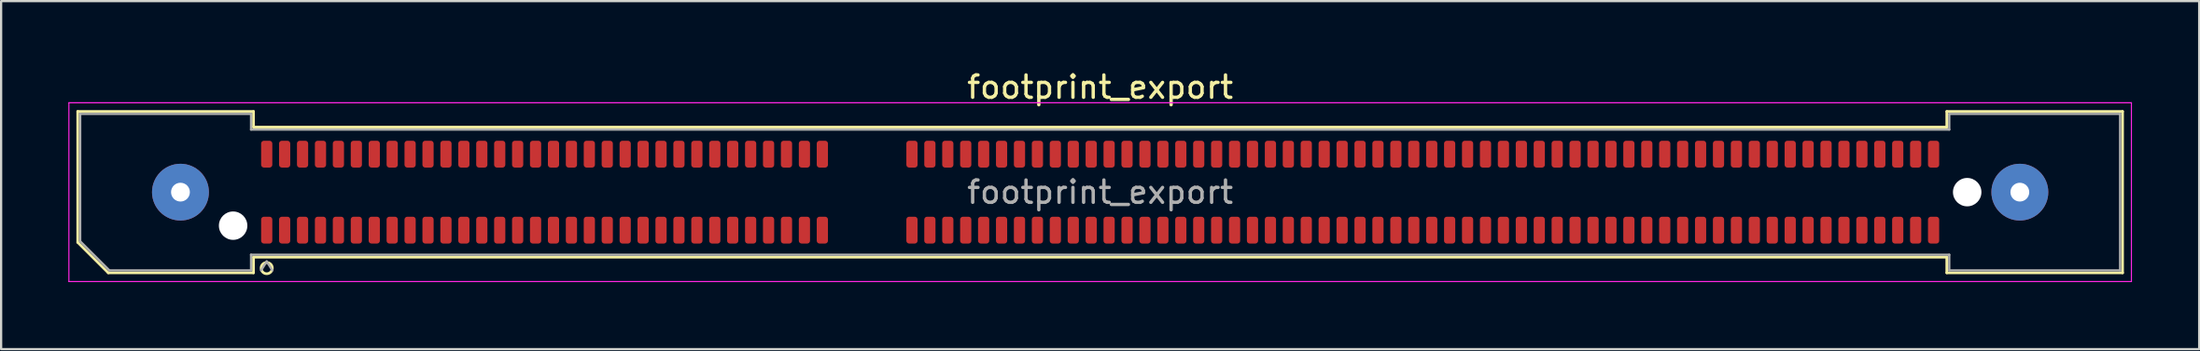
<source format=kicad_pcb>
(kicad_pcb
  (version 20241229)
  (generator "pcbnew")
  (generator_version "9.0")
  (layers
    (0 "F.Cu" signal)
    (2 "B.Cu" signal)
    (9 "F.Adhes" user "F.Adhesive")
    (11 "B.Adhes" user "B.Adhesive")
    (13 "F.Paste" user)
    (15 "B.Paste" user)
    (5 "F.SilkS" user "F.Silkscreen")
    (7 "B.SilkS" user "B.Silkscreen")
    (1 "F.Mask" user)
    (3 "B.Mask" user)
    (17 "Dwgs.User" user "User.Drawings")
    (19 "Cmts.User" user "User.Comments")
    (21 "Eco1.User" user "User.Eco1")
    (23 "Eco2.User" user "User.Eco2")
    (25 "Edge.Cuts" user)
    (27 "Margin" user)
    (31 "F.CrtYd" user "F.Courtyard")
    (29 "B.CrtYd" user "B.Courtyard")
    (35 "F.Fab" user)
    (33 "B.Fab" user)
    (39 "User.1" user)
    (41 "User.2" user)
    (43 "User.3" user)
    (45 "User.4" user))
  (footprint "footprint_export"
    (layer "F.Cu")
    (at 46.055 5.548)
    (property "Reference" "footprint_export" (at 0 -4.7 0) (layer "F.SilkS") (effects (font (size 1 1) (thickness 0.15))))
    (attr smd)
    (fp_line (start -45.635 -3.61) (end -37.79 -3.61) (stroke (width 0.12) (type solid)) (layer "F.SilkS"))
    (fp_line (start -45.635 2.246) (end -45.635 -3.61) (stroke (width 0.12) (type solid)) (layer "F.SilkS"))
    (fp_line (start -44.271 3.61) (end -45.635 2.246) (stroke (width 0.12) (type solid)) (layer "F.SilkS"))
    (fp_line (start -37.79 -3.61) (end -37.79 -2.91) (stroke (width 0.12) (type solid)) (layer "F.SilkS"))
    (fp_line (start -37.79 -2.91) (end 37.79 -2.91) (stroke (width 0.12) (type solid)) (layer "F.SilkS"))
    (fp_line (start -37.79 2.91) (end -37.79 3.61) (stroke (width 0.12) (type solid)) (layer "F.SilkS"))
    (fp_line (start -37.79 3.61) (end -44.271 3.61) (stroke (width 0.12) (type solid)) (layer "F.SilkS"))
    (fp_line (start 37.79 -3.61) (end 45.635 -3.61) (stroke (width 0.12) (type solid)) (layer "F.SilkS"))
    (fp_line (start 37.79 -2.91) (end 37.79 -3.61) (stroke (width 0.12) (type solid)) (layer "F.SilkS"))
    (fp_line (start 37.79 2.91) (end -37.79 2.91) (stroke (width 0.12) (type solid)) (layer "F.SilkS"))
    (fp_line (start 37.79 3.61) (end 37.79 2.91) (stroke (width 0.12) (type solid)) (layer "F.SilkS"))
    (fp_line (start 45.635 -3.61) (end 45.635 3.61) (stroke (width 0.12) (type solid)) (layer "F.SilkS"))
    (fp_line (start 45.635 3.61) (end 37.79 3.61) (stroke (width 0.12) (type solid)) (layer "F.SilkS"))
    (fp_circle (center -37.2 3.4) (end -36.95 3.4) (stroke (width 0.12) (type solid)) (fill no) (layer "F.SilkS"))
    (fp_line (start -46.03 -4) (end -46.03 4) (stroke (width 0.05) (type solid)) (layer "F.CrtYd"))
    (fp_line (start -46.03 4) (end 46.03 4) (stroke (width 0.05) (type solid)) (layer "F.CrtYd"))
    (fp_line (start 46.03 -4) (end -46.03 -4) (stroke (width 0.05) (type solid)) (layer "F.CrtYd"))
    (fp_line (start 46.03 4) (end 46.03 -4) (stroke (width 0.05) (type solid)) (layer "F.CrtYd"))
    (fp_line (start -45.525 -3.5) (end -37.9 -3.5) (stroke (width 0.1) (type solid)) (layer "F.Fab"))
    (fp_line (start -45.525 2.2) (end -45.525 -3.5) (stroke (width 0.1) (type solid)) (layer "F.Fab"))
    (fp_line (start -44.225 3.5) (end -45.525 2.2) (stroke (width 0.1) (type solid)) (layer "F.Fab"))
    (fp_line (start -37.9 -3.5) (end -37.9 -2.8) (stroke (width 0.1) (type solid)) (layer "F.Fab"))
    (fp_line (start -37.9 -2.8) (end 37.9 -2.8) (stroke (width 0.1) (type solid)) (layer "F.Fab"))
    (fp_line (start -37.9 2.8) (end -37.9 3.5) (stroke (width 0.1) (type solid)) (layer "F.Fab"))
    (fp_line (start -37.9 3.5) (end -44.225 3.5) (stroke (width 0.1) (type solid)) (layer "F.Fab"))
    (fp_line (start -37.2 3.1) (end -37.45 3.5) (stroke (width 0.1) (type solid)) (layer "F.Fab"))
    (fp_line (start -37.2 3.1) (end -36.95 3.5) (stroke (width 0.1) (type solid)) (layer "F.Fab"))
    (fp_line (start 37.9 -3.5) (end 45.525 -3.5) (stroke (width 0.1) (type solid)) (layer "F.Fab"))
    (fp_line (start 37.9 -2.8) (end 37.9 -3.5) (stroke (width 0.1) (type solid)) (layer "F.Fab"))
    (fp_line (start 37.9 2.8) (end -37.9 2.8) (stroke (width 0.1) (type solid)) (layer "F.Fab"))
    (fp_line (start 37.9 3.5) (end 37.9 2.8) (stroke (width 0.1) (type solid)) (layer "F.Fab"))
    (fp_line (start 45.525 -3.5) (end 45.525 3.5) (stroke (width 0.1) (type solid)) (layer "F.Fab"))
    (fp_line (start 45.525 3.5) (end 37.9 3.5) (stroke (width 0.1) (type solid)) (layer "F.Fab"))
    (fp_text user "${REFERENCE}" (at 0 0 0) (layer "F.Fab") (effects (font (size 1 1) (thickness 0.15))))
    (pad "" thru_hole circle (at -41.05 0) (size 2.54 2.54) (drill 0.84) (layers "*.Cu" "*.Mask" "F.Paste"))
    (pad "" np_thru_hole circle (at -38.7 1.5) (size 1.27 1.27) (drill 1.27) (layers "*.Cu" "*.Mask"))
    (pad "" np_thru_hole circle (at 38.7 0) (size 1.27 1.27) (drill 1.27) (layers "*.Cu" "*.Mask"))
    (pad "" thru_hole circle (at 41.05 0) (size 2.54 2.54) (drill 0.84) (layers "*.Cu" "*.Mask" "F.Paste"))
    (pad "1" smd roundrect (at -37.2 1.7) (size 0.5 1.2) (layers "F.Cu" "F.Mask" "F.Paste") (roundrect_rratio 0.25))
    (pad "2" smd roundrect (at -37.2 -1.7) (size 0.5 1.2) (layers "F.Cu" "F.Mask" "F.Paste") (roundrect_rratio 0.25))
    (pad "3" smd roundrect (at -36.4 1.7) (size 0.5 1.2) (layers "F.Cu" "F.Mask" "F.Paste") (roundrect_rratio 0.25))
    (pad "4" smd roundrect (at -36.4 -1.7) (size 0.5 1.2) (layers "F.Cu" "F.Mask" "F.Paste") (roundrect_rratio 0.25))
    (pad "5" smd roundrect (at -35.6 1.7) (size 0.5 1.2) (layers "F.Cu" "F.Mask" "F.Paste") (roundrect_rratio 0.25))
    (pad "6" smd roundrect (at -35.6 -1.7) (size 0.5 1.2) (layers "F.Cu" "F.Mask" "F.Paste") (roundrect_rratio 0.25))
    (pad "7" smd roundrect (at -34.8 1.7) (size 0.5 1.2) (layers "F.Cu" "F.Mask" "F.Paste") (roundrect_rratio 0.25))
    (pad "8" smd roundrect (at -34.8 -1.7) (size 0.5 1.2) (layers "F.Cu" "F.Mask" "F.Paste") (roundrect_rratio 0.25))
    (pad "9" smd roundrect (at -34 1.7) (size 0.5 1.2) (layers "F.Cu" "F.Mask" "F.Paste") (roundrect_rratio 0.25))
    (pad "10" smd roundrect (at -34 -1.7) (size 0.5 1.2) (layers "F.Cu" "F.Mask" "F.Paste") (roundrect_rratio 0.25))
    (pad "11" smd roundrect (at -33.2 1.7) (size 0.5 1.2) (layers "F.Cu" "F.Mask" "F.Paste") (roundrect_rratio 0.25))
    (pad "12" smd roundrect (at -33.2 -1.7) (size 0.5 1.2) (layers "F.Cu" "F.Mask" "F.Paste") (roundrect_rratio 0.25))
    (pad "13" smd roundrect (at -32.4 1.7) (size 0.5 1.2) (layers "F.Cu" "F.Mask" "F.Paste") (roundrect_rratio 0.25))
    (pad "14" smd roundrect (at -32.4 -1.7) (size 0.5 1.2) (layers "F.Cu" "F.Mask" "F.Paste") (roundrect_rratio 0.25))
    (pad "15" smd roundrect (at -31.6 1.7) (size 0.5 1.2) (layers "F.Cu" "F.Mask" "F.Paste") (roundrect_rratio 0.25))
    (pad "16" smd roundrect (at -31.6 -1.7) (size 0.5 1.2) (layers "F.Cu" "F.Mask" "F.Paste") (roundrect_rratio 0.25))
    (pad "17" smd roundrect (at -30.8 1.7) (size 0.5 1.2) (layers "F.Cu" "F.Mask" "F.Paste") (roundrect_rratio 0.25))
    (pad "18" smd roundrect (at -30.8 -1.7) (size 0.5 1.2) (layers "F.Cu" "F.Mask" "F.Paste") (roundrect_rratio 0.25))
    (pad "19" smd roundrect (at -30 1.7) (size 0.5 1.2) (layers "F.Cu" "F.Mask" "F.Paste") (roundrect_rratio 0.25))
    (pad "20" smd roundrect (at -30 -1.7) (size 0.5 1.2) (layers "F.Cu" "F.Mask" "F.Paste") (roundrect_rratio 0.25))
    (pad "21" smd roundrect (at -29.2 1.7) (size 0.5 1.2) (layers "F.Cu" "F.Mask" "F.Paste") (roundrect_rratio 0.25))
    (pad "22" smd roundrect (at -29.2 -1.7) (size 0.5 1.2) (layers "F.Cu" "F.Mask" "F.Paste") (roundrect_rratio 0.25))
    (pad "23" smd roundrect (at -28.4 1.7) (size 0.5 1.2) (layers "F.Cu" "F.Mask" "F.Paste") (roundrect_rratio 0.25))
    (pad "24" smd roundrect (at -28.4 -1.7) (size 0.5 1.2) (layers "F.Cu" "F.Mask" "F.Paste") (roundrect_rratio 0.25))
    (pad "25" smd roundrect (at -27.6 1.7) (size 0.5 1.2) (layers "F.Cu" "F.Mask" "F.Paste") (roundrect_rratio 0.25))
    (pad "26" smd roundrect (at -27.6 -1.7) (size 0.5 1.2) (layers "F.Cu" "F.Mask" "F.Paste") (roundrect_rratio 0.25))
    (pad "27" smd roundrect (at -26.8 1.7) (size 0.5 1.2) (layers "F.Cu" "F.Mask" "F.Paste") (roundrect_rratio 0.25))
    (pad "28" smd roundrect (at -26.8 -1.7) (size 0.5 1.2) (layers "F.Cu" "F.Mask" "F.Paste") (roundrect_rratio 0.25))
    (pad "29" smd roundrect (at -26 1.7) (size 0.5 1.2) (layers "F.Cu" "F.Mask" "F.Paste") (roundrect_rratio 0.25))
    (pad "30" smd roundrect (at -26 -1.7) (size 0.5 1.2) (layers "F.Cu" "F.Mask" "F.Paste") (roundrect_rratio 0.25))
    (pad "31" smd roundrect (at -25.2 1.7) (size 0.5 1.2) (layers "F.Cu" "F.Mask" "F.Paste") (roundrect_rratio 0.25))
    (pad "32" smd roundrect (at -25.2 -1.7) (size 0.5 1.2) (layers "F.Cu" "F.Mask" "F.Paste") (roundrect_rratio 0.25))
    (pad "33" smd roundrect (at -24.4 1.7) (size 0.5 1.2) (layers "F.Cu" "F.Mask" "F.Paste") (roundrect_rratio 0.25))
    (pad "34" smd roundrect (at -24.4 -1.7) (size 0.5 1.2) (layers "F.Cu" "F.Mask" "F.Paste") (roundrect_rratio 0.25))
    (pad "35" smd roundrect (at -23.6 1.7) (size 0.5 1.2) (layers "F.Cu" "F.Mask" "F.Paste") (roundrect_rratio 0.25))
    (pad "36" smd roundrect (at -23.6 -1.7) (size 0.5 1.2) (layers "F.Cu" "F.Mask" "F.Paste") (roundrect_rratio 0.25))
    (pad "37" smd roundrect (at -22.8 1.7) (size 0.5 1.2) (layers "F.Cu" "F.Mask" "F.Paste") (roundrect_rratio 0.25))
    (pad "38" smd roundrect (at -22.8 -1.7) (size 0.5 1.2) (layers "F.Cu" "F.Mask" "F.Paste") (roundrect_rratio 0.25))
    (pad "39" smd roundrect (at -22 1.7) (size 0.5 1.2) (layers "F.Cu" "F.Mask" "F.Paste") (roundrect_rratio 0.25))
    (pad "40" smd roundrect (at -22 -1.7) (size 0.5 1.2) (layers "F.Cu" "F.Mask" "F.Paste") (roundrect_rratio 0.25))
    (pad "41" smd roundrect (at -21.2 1.7) (size 0.5 1.2) (layers "F.Cu" "F.Mask" "F.Paste") (roundrect_rratio 0.25))
    (pad "42" smd roundrect (at -21.2 -1.7) (size 0.5 1.2) (layers "F.Cu" "F.Mask" "F.Paste") (roundrect_rratio 0.25))
    (pad "43" smd roundrect (at -20.4 1.7) (size 0.5 1.2) (layers "F.Cu" "F.Mask" "F.Paste") (roundrect_rratio 0.25))
    (pad "44" smd roundrect (at -20.4 -1.7) (size 0.5 1.2) (layers "F.Cu" "F.Mask" "F.Paste") (roundrect_rratio 0.25))
    (pad "45" smd roundrect (at -19.6 1.7) (size 0.5 1.2) (layers "F.Cu" "F.Mask" "F.Paste") (roundrect_rratio 0.25))
    (pad "46" smd roundrect (at -19.6 -1.7) (size 0.5 1.2) (layers "F.Cu" "F.Mask" "F.Paste") (roundrect_rratio 0.25))
    (pad "47" smd roundrect (at -18.8 1.7) (size 0.5 1.2) (layers "F.Cu" "F.Mask" "F.Paste") (roundrect_rratio 0.25))
    (pad "48" smd roundrect (at -18.8 -1.7) (size 0.5 1.2) (layers "F.Cu" "F.Mask" "F.Paste") (roundrect_rratio 0.25))
    (pad "49" smd roundrect (at -18 1.7) (size 0.5 1.2) (layers "F.Cu" "F.Mask" "F.Paste") (roundrect_rratio 0.25))
    (pad "50" smd roundrect (at -18 -1.7) (size 0.5 1.2) (layers "F.Cu" "F.Mask" "F.Paste") (roundrect_rratio 0.25))
    (pad "51" smd roundrect (at -17.2 1.7) (size 0.5 1.2) (layers "F.Cu" "F.Mask" "F.Paste") (roundrect_rratio 0.25))
    (pad "52" smd roundrect (at -17.2 -1.7) (size 0.5 1.2) (layers "F.Cu" "F.Mask" "F.Paste") (roundrect_rratio 0.25))
    (pad "53" smd roundrect (at -16.4 1.7) (size 0.5 1.2) (layers "F.Cu" "F.Mask" "F.Paste") (roundrect_rratio 0.25))
    (pad "54" smd roundrect (at -16.4 -1.7) (size 0.5 1.2) (layers "F.Cu" "F.Mask" "F.Paste") (roundrect_rratio 0.25))
    (pad "55" smd roundrect (at -15.6 1.7) (size 0.5 1.2) (layers "F.Cu" "F.Mask" "F.Paste") (roundrect_rratio 0.25))
    (pad "56" smd roundrect (at -15.6 -1.7) (size 0.5 1.2) (layers "F.Cu" "F.Mask" "F.Paste") (roundrect_rratio 0.25))
    (pad "57" smd roundrect (at -14.8 1.7) (size 0.5 1.2) (layers "F.Cu" "F.Mask" "F.Paste") (roundrect_rratio 0.25))
    (pad "58" smd roundrect (at -14.8 -1.7) (size 0.5 1.2) (layers "F.Cu" "F.Mask" "F.Paste") (roundrect_rratio 0.25))
    (pad "59" smd roundrect (at -14 1.7) (size 0.5 1.2) (layers "F.Cu" "F.Mask" "F.Paste") (roundrect_rratio 0.25))
    (pad "60" smd roundrect (at -14 -1.7) (size 0.5 1.2) (layers "F.Cu" "F.Mask" "F.Paste") (roundrect_rratio 0.25))
    (pad "61" smd roundrect (at -13.2 1.7) (size 0.5 1.2) (layers "F.Cu" "F.Mask" "F.Paste") (roundrect_rratio 0.25))
    (pad "62" smd roundrect (at -13.2 -1.7) (size 0.5 1.2) (layers "F.Cu" "F.Mask" "F.Paste") (roundrect_rratio 0.25))
    (pad "63" smd roundrect (at -12.4 1.7) (size 0.5 1.2) (layers "F.Cu" "F.Mask" "F.Paste") (roundrect_rratio 0.25))
    (pad "64" smd roundrect (at -12.4 -1.7) (size 0.5 1.2) (layers "F.Cu" "F.Mask" "F.Paste") (roundrect_rratio 0.25))
    (pad "65" smd roundrect (at -8.4 1.7) (size 0.5 1.2) (layers "F.Cu" "F.Mask" "F.Paste") (roundrect_rratio 0.25))
    (pad "66" smd roundrect (at -8.4 -1.7) (size 0.5 1.2) (layers "F.Cu" "F.Mask" "F.Paste") (roundrect_rratio 0.25))
    (pad "67" smd roundrect (at -7.6 1.7) (size 0.5 1.2) (layers "F.Cu" "F.Mask" "F.Paste") (roundrect_rratio 0.25))
    (pad "68" smd roundrect (at -7.6 -1.7) (size 0.5 1.2) (layers "F.Cu" "F.Mask" "F.Paste") (roundrect_rratio 0.25))
    (pad "69" smd roundrect (at -6.8 1.7) (size 0.5 1.2) (layers "F.Cu" "F.Mask" "F.Paste") (roundrect_rratio 0.25))
    (pad "70" smd roundrect (at -6.8 -1.7) (size 0.5 1.2) (layers "F.Cu" "F.Mask" "F.Paste") (roundrect_rratio 0.25))
    (pad "71" smd roundrect (at -6 1.7) (size 0.5 1.2) (layers "F.Cu" "F.Mask" "F.Paste") (roundrect_rratio 0.25))
    (pad "72" smd roundrect (at -6 -1.7) (size 0.5 1.2) (layers "F.Cu" "F.Mask" "F.Paste") (roundrect_rratio 0.25))
    (pad "73" smd roundrect (at -5.2 1.7) (size 0.5 1.2) (layers "F.Cu" "F.Mask" "F.Paste") (roundrect_rratio 0.25))
    (pad "74" smd roundrect (at -5.2 -1.7) (size 0.5 1.2) (layers "F.Cu" "F.Mask" "F.Paste") (roundrect_rratio 0.25))
    (pad "75" smd roundrect (at -4.4 1.7) (size 0.5 1.2) (layers "F.Cu" "F.Mask" "F.Paste") (roundrect_rratio 0.25))
    (pad "76" smd roundrect (at -4.4 -1.7) (size 0.5 1.2) (layers "F.Cu" "F.Mask" "F.Paste") (roundrect_rratio 0.25))
    (pad "77" smd roundrect (at -3.6 1.7) (size 0.5 1.2) (layers "F.Cu" "F.Mask" "F.Paste") (roundrect_rratio 0.25))
    (pad "78" smd roundrect (at -3.6 -1.7) (size 0.5 1.2) (layers "F.Cu" "F.Mask" "F.Paste") (roundrect_rratio 0.25))
    (pad "79" smd roundrect (at -2.8 1.7) (size 0.5 1.2) (layers "F.Cu" "F.Mask" "F.Paste") (roundrect_rratio 0.25))
    (pad "80" smd roundrect (at -2.8 -1.7) (size 0.5 1.2) (layers "F.Cu" "F.Mask" "F.Paste") (roundrect_rratio 0.25))
    (pad "81" smd roundrect (at -2 1.7) (size 0.5 1.2) (layers "F.Cu" "F.Mask" "F.Paste") (roundrect_rratio 0.25))
    (pad "82" smd roundrect (at -2 -1.7) (size 0.5 1.2) (layers "F.Cu" "F.Mask" "F.Paste") (roundrect_rratio 0.25))
    (pad "83" smd roundrect (at -1.2 1.7) (size 0.5 1.2) (layers "F.Cu" "F.Mask" "F.Paste") (roundrect_rratio 0.25))
    (pad "84" smd roundrect (at -1.2 -1.7) (size 0.5 1.2) (layers "F.Cu" "F.Mask" "F.Paste") (roundrect_rratio 0.25))
    (pad "85" smd roundrect (at -0.4 1.7) (size 0.5 1.2) (layers "F.Cu" "F.Mask" "F.Paste") (roundrect_rratio 0.25))
    (pad "86" smd roundrect (at -0.4 -1.7) (size 0.5 1.2) (layers "F.Cu" "F.Mask" "F.Paste") (roundrect_rratio 0.25))
    (pad "87" smd roundrect (at 0.4 1.7) (size 0.5 1.2) (layers "F.Cu" "F.Mask" "F.Paste") (roundrect_rratio 0.25))
    (pad "88" smd roundrect (at 0.4 -1.7) (size 0.5 1.2) (layers "F.Cu" "F.Mask" "F.Paste") (roundrect_rratio 0.25))
    (pad "89" smd roundrect (at 1.2 1.7) (size 0.5 1.2) (layers "F.Cu" "F.Mask" "F.Paste") (roundrect_rratio 0.25))
    (pad "90" smd roundrect (at 1.2 -1.7) (size 0.5 1.2) (layers "F.Cu" "F.Mask" "F.Paste") (roundrect_rratio 0.25))
    (pad "91" smd roundrect (at 2 1.7) (size 0.5 1.2) (layers "F.Cu" "F.Mask" "F.Paste") (roundrect_rratio 0.25))
    (pad "92" smd roundrect (at 2 -1.7) (size 0.5 1.2) (layers "F.Cu" "F.Mask" "F.Paste") (roundrect_rratio 0.25))
    (pad "93" smd roundrect (at 2.8 1.7) (size 0.5 1.2) (layers "F.Cu" "F.Mask" "F.Paste") (roundrect_rratio 0.25))
    (pad "94" smd roundrect (at 2.8 -1.7) (size 0.5 1.2) (layers "F.Cu" "F.Mask" "F.Paste") (roundrect_rratio 0.25))
    (pad "95" smd roundrect (at 3.6 1.7) (size 0.5 1.2) (layers "F.Cu" "F.Mask" "F.Paste") (roundrect_rratio 0.25))
    (pad "96" smd roundrect (at 3.6 -1.7) (size 0.5 1.2) (layers "F.Cu" "F.Mask" "F.Paste") (roundrect_rratio 0.25))
    (pad "97" smd roundrect (at 4.4 1.7) (size 0.5 1.2) (layers "F.Cu" "F.Mask" "F.Paste") (roundrect_rratio 0.25))
    (pad "98" smd roundrect (at 4.4 -1.7) (size 0.5 1.2) (layers "F.Cu" "F.Mask" "F.Paste") (roundrect_rratio 0.25))
    (pad "99" smd roundrect (at 5.2 1.7) (size 0.5 1.2) (layers "F.Cu" "F.Mask" "F.Paste") (roundrect_rratio 0.25))
    (pad "100" smd roundrect (at 5.2 -1.7) (size 0.5 1.2) (layers "F.Cu" "F.Mask" "F.Paste") (roundrect_rratio 0.25))
    (pad "101" smd roundrect (at 6 1.7) (size 0.5 1.2) (layers "F.Cu" "F.Mask" "F.Paste") (roundrect_rratio 0.25))
    (pad "102" smd roundrect (at 6 -1.7) (size 0.5 1.2) (layers "F.Cu" "F.Mask" "F.Paste") (roundrect_rratio 0.25))
    (pad "103" smd roundrect (at 6.8 1.7) (size 0.5 1.2) (layers "F.Cu" "F.Mask" "F.Paste") (roundrect_rratio 0.25))
    (pad "104" smd roundrect (at 6.8 -1.7) (size 0.5 1.2) (layers "F.Cu" "F.Mask" "F.Paste") (roundrect_rratio 0.25))
    (pad "105" smd roundrect (at 7.6 1.7) (size 0.5 1.2) (layers "F.Cu" "F.Mask" "F.Paste") (roundrect_rratio 0.25))
    (pad "106" smd roundrect (at 7.6 -1.7) (size 0.5 1.2) (layers "F.Cu" "F.Mask" "F.Paste") (roundrect_rratio 0.25))
    (pad "107" smd roundrect (at 8.4 1.7) (size 0.5 1.2) (layers "F.Cu" "F.Mask" "F.Paste") (roundrect_rratio 0.25))
    (pad "108" smd roundrect (at 8.4 -1.7) (size 0.5 1.2) (layers "F.Cu" "F.Mask" "F.Paste") (roundrect_rratio 0.25))
    (pad "109" smd roundrect (at 9.2 1.7) (size 0.5 1.2) (layers "F.Cu" "F.Mask" "F.Paste") (roundrect_rratio 0.25))
    (pad "110" smd roundrect (at 9.2 -1.7) (size 0.5 1.2) (layers "F.Cu" "F.Mask" "F.Paste") (roundrect_rratio 0.25))
    (pad "111" smd roundrect (at 10 1.7) (size 0.5 1.2) (layers "F.Cu" "F.Mask" "F.Paste") (roundrect_rratio 0.25))
    (pad "112" smd roundrect (at 10 -1.7) (size 0.5 1.2) (layers "F.Cu" "F.Mask" "F.Paste") (roundrect_rratio 0.25))
    (pad "113" smd roundrect (at 10.8 1.7) (size 0.5 1.2) (layers "F.Cu" "F.Mask" "F.Paste") (roundrect_rratio 0.25))
    (pad "114" smd roundrect (at 10.8 -1.7) (size 0.5 1.2) (layers "F.Cu" "F.Mask" "F.Paste") (roundrect_rratio 0.25))
    (pad "115" smd roundrect (at 11.6 1.7) (size 0.5 1.2) (layers "F.Cu" "F.Mask" "F.Paste") (roundrect_rratio 0.25))
    (pad "116" smd roundrect (at 11.6 -1.7) (size 0.5 1.2) (layers "F.Cu" "F.Mask" "F.Paste") (roundrect_rratio 0.25))
    (pad "117" smd roundrect (at 12.4 1.7) (size 0.5 1.2) (layers "F.Cu" "F.Mask" "F.Paste") (roundrect_rratio 0.25))
    (pad "118" smd roundrect (at 12.4 -1.7) (size 0.5 1.2) (layers "F.Cu" "F.Mask" "F.Paste") (roundrect_rratio 0.25))
    (pad "119" smd roundrect (at 13.2 1.7) (size 0.5 1.2) (layers "F.Cu" "F.Mask" "F.Paste") (roundrect_rratio 0.25))
    (pad "120" smd roundrect (at 13.2 -1.7) (size 0.5 1.2) (layers "F.Cu" "F.Mask" "F.Paste") (roundrect_rratio 0.25))
    (pad "121" smd roundrect (at 14 1.7) (size 0.5 1.2) (layers "F.Cu" "F.Mask" "F.Paste") (roundrect_rratio 0.25))
    (pad "122" smd roundrect (at 14 -1.7) (size 0.5 1.2) (layers "F.Cu" "F.Mask" "F.Paste") (roundrect_rratio 0.25))
    (pad "123" smd roundrect (at 14.8 1.7) (size 0.5 1.2) (layers "F.Cu" "F.Mask" "F.Paste") (roundrect_rratio 0.25))
    (pad "124" smd roundrect (at 14.8 -1.7) (size 0.5 1.2) (layers "F.Cu" "F.Mask" "F.Paste") (roundrect_rratio 0.25))
    (pad "125" smd roundrect (at 15.6 1.7) (size 0.5 1.2) (layers "F.Cu" "F.Mask" "F.Paste") (roundrect_rratio 0.25))
    (pad "126" smd roundrect (at 15.6 -1.7) (size 0.5 1.2) (layers "F.Cu" "F.Mask" "F.Paste") (roundrect_rratio 0.25))
    (pad "127" smd roundrect (at 16.4 1.7) (size 0.5 1.2) (layers "F.Cu" "F.Mask" "F.Paste") (roundrect_rratio 0.25))
    (pad "128" smd roundrect (at 16.4 -1.7) (size 0.5 1.2) (layers "F.Cu" "F.Mask" "F.Paste") (roundrect_rratio 0.25))
    (pad "129" smd roundrect (at 17.2 1.7) (size 0.5 1.2) (layers "F.Cu" "F.Mask" "F.Paste") (roundrect_rratio 0.25))
    (pad "130" smd roundrect (at 17.2 -1.7) (size 0.5 1.2) (layers "F.Cu" "F.Mask" "F.Paste") (roundrect_rratio 0.25))
    (pad "131" smd roundrect (at 18 1.7) (size 0.5 1.2) (layers "F.Cu" "F.Mask" "F.Paste") (roundrect_rratio 0.25))
    (pad "132" smd roundrect (at 18 -1.7) (size 0.5 1.2) (layers "F.Cu" "F.Mask" "F.Paste") (roundrect_rratio 0.25))
    (pad "133" smd roundrect (at 18.8 1.7) (size 0.5 1.2) (layers "F.Cu" "F.Mask" "F.Paste") (roundrect_rratio 0.25))
    (pad "134" smd roundrect (at 18.8 -1.7) (size 0.5 1.2) (layers "F.Cu" "F.Mask" "F.Paste") (roundrect_rratio 0.25))
    (pad "135" smd roundrect (at 19.6 1.7) (size 0.5 1.2) (layers "F.Cu" "F.Mask" "F.Paste") (roundrect_rratio 0.25))
    (pad "136" smd roundrect (at 19.6 -1.7) (size 0.5 1.2) (layers "F.Cu" "F.Mask" "F.Paste") (roundrect_rratio 0.25))
    (pad "137" smd roundrect (at 20.4 1.7) (size 0.5 1.2) (layers "F.Cu" "F.Mask" "F.Paste") (roundrect_rratio 0.25))
    (pad "138" smd roundrect (at 20.4 -1.7) (size 0.5 1.2) (layers "F.Cu" "F.Mask" "F.Paste") (roundrect_rratio 0.25))
    (pad "139" smd roundrect (at 21.2 1.7) (size 0.5 1.2) (layers "F.Cu" "F.Mask" "F.Paste") (roundrect_rratio 0.25))
    (pad "140" smd roundrect (at 21.2 -1.7) (size 0.5 1.2) (layers "F.Cu" "F.Mask" "F.Paste") (roundrect_rratio 0.25))
    (pad "141" smd roundrect (at 22 1.7) (size 0.5 1.2) (layers "F.Cu" "F.Mask" "F.Paste") (roundrect_rratio 0.25))
    (pad "142" smd roundrect (at 22 -1.7) (size 0.5 1.2) (layers "F.Cu" "F.Mask" "F.Paste") (roundrect_rratio 0.25))
    (pad "143" smd roundrect (at 22.8 1.7) (size 0.5 1.2) (layers "F.Cu" "F.Mask" "F.Paste") (roundrect_rratio 0.25))
    (pad "144" smd roundrect (at 22.8 -1.7) (size 0.5 1.2) (layers "F.Cu" "F.Mask" "F.Paste") (roundrect_rratio 0.25))
    (pad "145" smd roundrect (at 23.6 1.7) (size 0.5 1.2) (layers "F.Cu" "F.Mask" "F.Paste") (roundrect_rratio 0.25))
    (pad "146" smd roundrect (at 23.6 -1.7) (size 0.5 1.2) (layers "F.Cu" "F.Mask" "F.Paste") (roundrect_rratio 0.25))
    (pad "147" smd roundrect (at 24.4 1.7) (size 0.5 1.2) (layers "F.Cu" "F.Mask" "F.Paste") (roundrect_rratio 0.25))
    (pad "148" smd roundrect (at 24.4 -1.7) (size 0.5 1.2) (layers "F.Cu" "F.Mask" "F.Paste") (roundrect_rratio 0.25))
    (pad "149" smd roundrect (at 25.2 1.7) (size 0.5 1.2) (layers "F.Cu" "F.Mask" "F.Paste") (roundrect_rratio 0.25))
    (pad "150" smd roundrect (at 25.2 -1.7) (size 0.5 1.2) (layers "F.Cu" "F.Mask" "F.Paste") (roundrect_rratio 0.25))
    (pad "151" smd roundrect (at 26 1.7) (size 0.5 1.2) (layers "F.Cu" "F.Mask" "F.Paste") (roundrect_rratio 0.25))
    (pad "152" smd roundrect (at 26 -1.7) (size 0.5 1.2) (layers "F.Cu" "F.Mask" "F.Paste") (roundrect_rratio 0.25))
    (pad "153" smd roundrect (at 26.8 1.7) (size 0.5 1.2) (layers "F.Cu" "F.Mask" "F.Paste") (roundrect_rratio 0.25))
    (pad "154" smd roundrect (at 26.8 -1.7) (size 0.5 1.2) (layers "F.Cu" "F.Mask" "F.Paste") (roundrect_rratio 0.25))
    (pad "155" smd roundrect (at 27.6 1.7) (size 0.5 1.2) (layers "F.Cu" "F.Mask" "F.Paste") (roundrect_rratio 0.25))
    (pad "156" smd roundrect (at 27.6 -1.7) (size 0.5 1.2) (layers "F.Cu" "F.Mask" "F.Paste") (roundrect_rratio 0.25))
    (pad "157" smd roundrect (at 28.4 1.7) (size 0.5 1.2) (layers "F.Cu" "F.Mask" "F.Paste") (roundrect_rratio 0.25))
    (pad "158" smd roundrect (at 28.4 -1.7) (size 0.5 1.2) (layers "F.Cu" "F.Mask" "F.Paste") (roundrect_rratio 0.25))
    (pad "159" smd roundrect (at 29.2 1.7) (size 0.5 1.2) (layers "F.Cu" "F.Mask" "F.Paste") (roundrect_rratio 0.25))
    (pad "160" smd roundrect (at 29.2 -1.7) (size 0.5 1.2) (layers "F.Cu" "F.Mask" "F.Paste") (roundrect_rratio 0.25))
    (pad "161" smd roundrect (at 30 1.7) (size 0.5 1.2) (layers "F.Cu" "F.Mask" "F.Paste") (roundrect_rratio 0.25))
    (pad "162" smd roundrect (at 30 -1.7) (size 0.5 1.2) (layers "F.Cu" "F.Mask" "F.Paste") (roundrect_rratio 0.25))
    (pad "163" smd roundrect (at 30.8 1.7) (size 0.5 1.2) (layers "F.Cu" "F.Mask" "F.Paste") (roundrect_rratio 0.25))
    (pad "164" smd roundrect (at 30.8 -1.7) (size 0.5 1.2) (layers "F.Cu" "F.Mask" "F.Paste") (roundrect_rratio 0.25))
    (pad "165" smd roundrect (at 31.6 1.7) (size 0.5 1.2) (layers "F.Cu" "F.Mask" "F.Paste") (roundrect_rratio 0.25))
    (pad "166" smd roundrect (at 31.6 -1.7) (size 0.5 1.2) (layers "F.Cu" "F.Mask" "F.Paste") (roundrect_rratio 0.25))
    (pad "167" smd roundrect (at 32.4 1.7) (size 0.5 1.2) (layers "F.Cu" "F.Mask" "F.Paste") (roundrect_rratio 0.25))
    (pad "168" smd roundrect (at 32.4 -1.7) (size 0.5 1.2) (layers "F.Cu" "F.Mask" "F.Paste") (roundrect_rratio 0.25))
    (pad "169" smd roundrect (at 33.2 1.7) (size 0.5 1.2) (layers "F.Cu" "F.Mask" "F.Paste") (roundrect_rratio 0.25))
    (pad "170" smd roundrect (at 33.2 -1.7) (size 0.5 1.2) (layers "F.Cu" "F.Mask" "F.Paste") (roundrect_rratio 0.25))
    (pad "171" smd roundrect (at 34 1.7) (size 0.5 1.2) (layers "F.Cu" "F.Mask" "F.Paste") (roundrect_rratio 0.25))
    (pad "172" smd roundrect (at 34 -1.7) (size 0.5 1.2) (layers "F.Cu" "F.Mask" "F.Paste") (roundrect_rratio 0.25))
    (pad "173" smd roundrect (at 34.8 1.7) (size 0.5 1.2) (layers "F.Cu" "F.Mask" "F.Paste") (roundrect_rratio 0.25))
    (pad "174" smd roundrect (at 34.8 -1.7) (size 0.5 1.2) (layers "F.Cu" "F.Mask" "F.Paste") (roundrect_rratio 0.25))
    (pad "175" smd roundrect (at 35.6 1.7) (size 0.5 1.2) (layers "F.Cu" "F.Mask" "F.Paste") (roundrect_rratio 0.25))
    (pad "176" smd roundrect (at 35.6 -1.7) (size 0.5 1.2) (layers "F.Cu" "F.Mask" "F.Paste") (roundrect_rratio 0.25))
    (pad "177" smd roundrect (at 36.4 1.7) (size 0.5 1.2) (layers "F.Cu" "F.Mask" "F.Paste") (roundrect_rratio 0.25))
    (pad "178" smd roundrect (at 36.4 -1.7) (size 0.5 1.2) (layers "F.Cu" "F.Mask" "F.Paste") (roundrect_rratio 0.25))
    (pad "179" smd roundrect (at 37.2 1.7) (size 0.5 1.2) (layers "F.Cu" "F.Mask" "F.Paste") (roundrect_rratio 0.25))
    (pad "180" smd roundrect (at 37.2 -1.7) (size 0.5 1.2) (layers "F.Cu" "F.Mask" "F.Paste") (roundrect_rratio 0.25)))
  (gr_rect
    (start -3 -3)
    (end 95.11 12.573)
    (stroke (width 0.1) (type default))
    (fill no)
    (layer "Edge.Cuts")))
</source>
